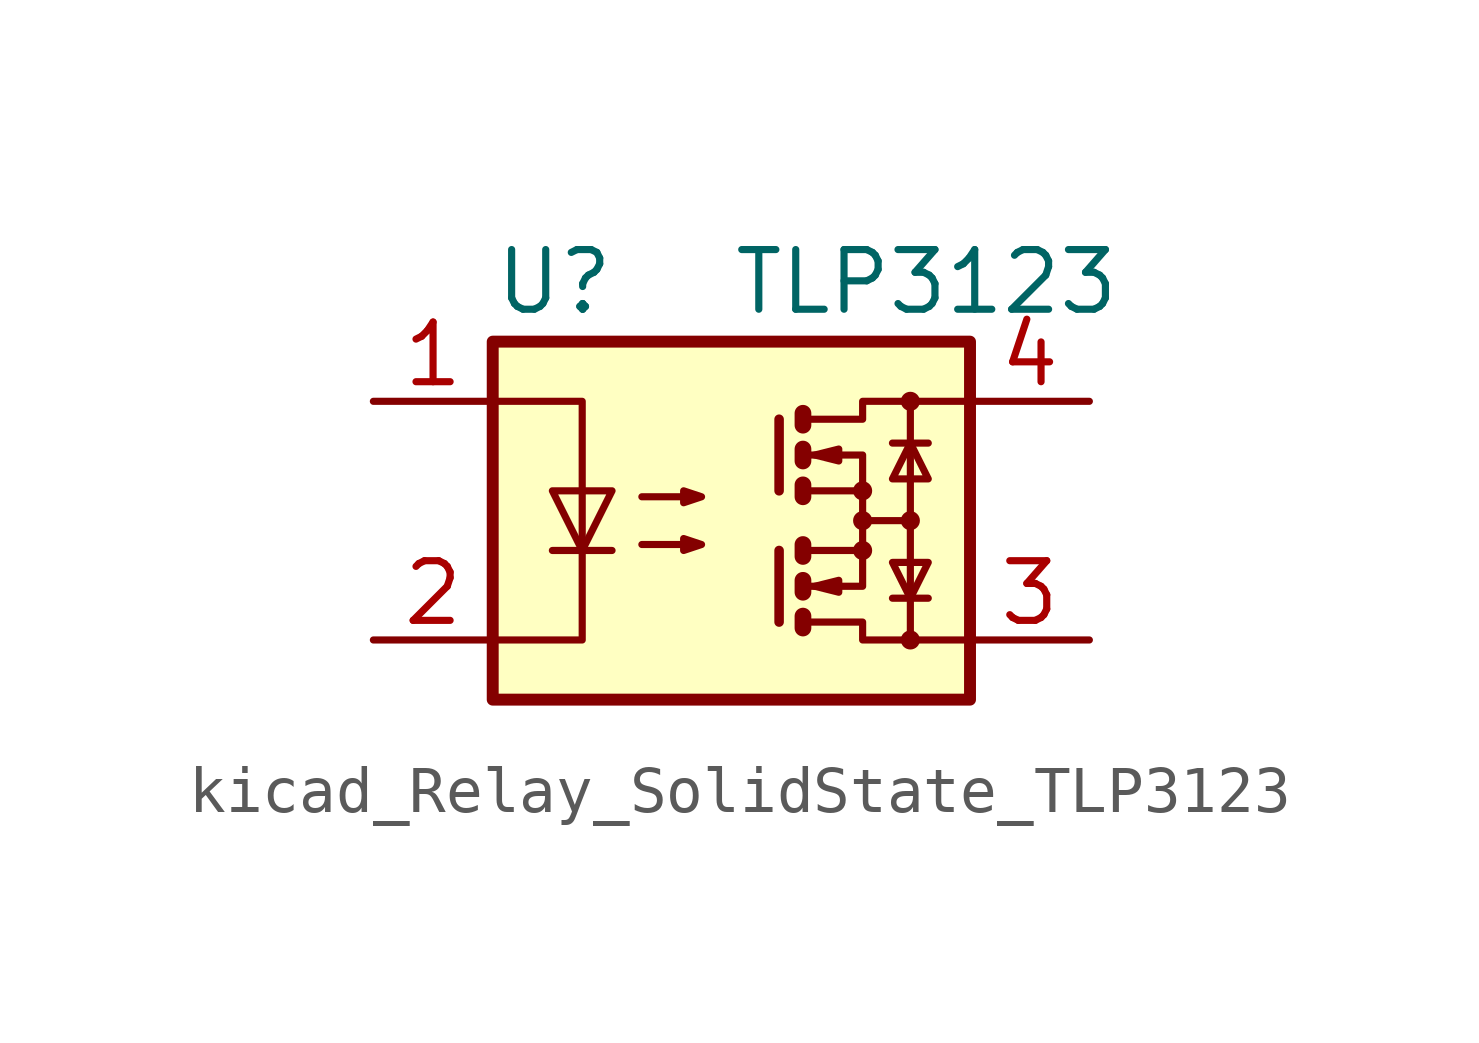
<source format=kicad_sym>
(kicad_symbol_lib
  (version 20220914)
  (generator kicad_symbol_editor)
  (symbol "kicad_Relay_SolidState_TLP3123"
    (property "Reference" "U"
      (at -5.08 5.08 0)
      (effects (font (size 1.27 1.27)) (justify left)))
    (property "Value" "TLP3123"
      (at 0 5.08 0)
      (effects (font (size 1.27 1.27)) (justify left)))
    (symbol "kicad_Relay_SolidState_TLP3123_0_1"
      (rectangle (start -5.08 3.81) (end 5.08 -3.81) (stroke (width 0.254) (type default)) (fill (type background)))
      (polyline (pts (xy -3.81 -0.635) (xy -2.54 -0.635)) (stroke (width 0) (type default)) (fill (type none)))
      (polyline (pts (xy 1.016 -0.635) (xy 1.016 -2.159)) (stroke (width 0.203) (type default)) (fill (type none)))
      (polyline (pts (xy 1.016 2.159) (xy 1.016 0.635)) (stroke (width 0.203) (type default)) (fill (type none)))
      (polyline (pts (xy 1.524 -0.508) (xy 1.524 -0.762)) (stroke (width 0.356) (type default)) (fill (type none)))
      (polyline (pts (xy 2.794 0) (xy 3.81 0)) (stroke (width 0) (type default)) (fill (type none)))
      (polyline (pts (xy 3.429 -1.651) (xy 4.191 -1.651)) (stroke (width 0) (type default)) (fill (type none)))
      (polyline (pts (xy 3.429 1.651) (xy 4.191 1.651)) (stroke (width 0) (type default)) (fill (type none)))
      (polyline (pts (xy 3.81 -2.54) (xy 3.81 2.54)) (stroke (width 0) (type default)) (fill (type none)))
      (polyline (pts (xy 1.524 -2.032) (xy 1.524 -2.286) (xy 1.524 -2.286)) (stroke (width 0.356) (type default)) (fill (type none)))
      (polyline (pts (xy 1.524 -1.27) (xy 1.524 -1.524) (xy 1.524 -1.524)) (stroke (width 0.356) (type default)) (fill (type none)))
      (polyline (pts (xy 1.524 0.762) (xy 1.524 0.508) (xy 1.524 0.508)) (stroke (width 0.356) (type default)) (fill (type none)))
      (polyline (pts (xy 1.524 1.524) (xy 1.524 1.27) (xy 1.524 1.27)) (stroke (width 0.356) (type default)) (fill (type none)))
      (polyline (pts (xy 1.524 2.286) (xy 1.524 2.032) (xy 1.524 2.032)) (stroke (width 0.356) (type default)) (fill (type none)))
      (polyline (pts (xy 1.651 -1.397) (xy 2.794 -1.397) (xy 2.794 -0.635)) (stroke (width 0) (type default)) (fill (type none)))
      (polyline (pts (xy 1.651 1.397) (xy 2.794 1.397) (xy 2.794 0.635)) (stroke (width 0) (type default)) (fill (type none)))
      (polyline (pts (xy -5.08 2.54) (xy -3.175 2.54) (xy -3.175 -2.54) (xy -5.08 -2.54)) (stroke (width 0) (type default)) (fill (type none)))
      (polyline (pts (xy -3.175 -0.635) (xy -3.81 0.635) (xy -2.54 0.635) (xy -3.175 -0.635)) (stroke (width 0) (type default)) (fill (type none)))
      (polyline (pts (xy 1.651 -2.159) (xy 2.794 -2.159) (xy 2.794 -2.54) (xy 5.08 -2.54)) (stroke (width 0) (type default)) (fill (type none)))
      (polyline (pts (xy 1.651 -0.635) (xy 2.794 -0.635) (xy 2.794 0.635) (xy 1.651 0.635)) (stroke (width 0) (type default)) (fill (type none)))
      (polyline (pts (xy 1.651 2.159) (xy 2.794 2.159) (xy 2.794 2.54) (xy 5.08 2.54)) (stroke (width 0) (type default)) (fill (type none)))
      (polyline (pts (xy 1.778 -1.397) (xy 2.286 -1.27) (xy 2.286 -1.524) (xy 1.778 -1.397)) (stroke (width 0) (type default)) (fill (type none)))
      (polyline (pts (xy 1.778 1.397) (xy 2.286 1.524) (xy 2.286 1.27) (xy 1.778 1.397)) (stroke (width 0) (type default)) (fill (type none)))
      (polyline (pts (xy 3.81 -1.651) (xy 3.429 -0.889) (xy 4.191 -0.889) (xy 3.81 -1.651)) (stroke (width 0) (type default)) (fill (type none)))
      (polyline (pts (xy 3.81 1.651) (xy 3.429 0.889) (xy 4.191 0.889) (xy 3.81 1.651)) (stroke (width 0) (type default)) (fill (type none)))
      (polyline (pts (xy -1.905 -0.508) (xy -0.635 -0.508) (xy -1.016 -0.635) (xy -1.016 -0.381) (xy -0.635 -0.508)) (stroke (width 0) (type default)) (fill (type none)))
      (polyline (pts (xy -1.905 0.508) (xy -0.635 0.508) (xy -1.016 0.381) (xy -1.016 0.635) (xy -0.635 0.508)) (stroke (width 0) (type default)) (fill (type none)))
      (circle (center 2.794 -0.635) (radius 0.127) (stroke (width 0) (type default)) (fill (type none)))
      (circle (center 2.794 0) (radius 0.127) (stroke (width 0) (type default)) (fill (type none)))
      (circle (center 2.794 0.635) (radius 0.127) (stroke (width 0) (type default)) (fill (type none)))
      (circle (center 3.81 -2.54) (radius 0.127) (stroke (width 0) (type default)) (fill (type none)))
      (circle (center 3.81 0) (radius 0.127) (stroke (width 0) (type default)) (fill (type none)))
      (circle (center 3.81 2.54) (radius 0.127) (stroke (width 0) (type default)) (fill (type none))))
    (symbol "kicad_Relay_SolidState_TLP3123_1_1"
      (pin passive line (at -7.62 2.54 0) (length 2.54) (name "~" (effects (font (size 1.27 1.27)))) (number "1" (effects (font (size 1.27 1.27)))))
      (pin passive line (at -7.62 -2.54 0) (length 2.54) (name "~" (effects (font (size 1.27 1.27)))) (number "2" (effects (font (size 1.27 1.27)))))
      (pin passive line (at 7.62 -2.54 180) (length 2.54) (name "~" (effects (font (size 1.27 1.27)))) (number "3" (effects (font (size 1.27 1.27)))))
      (pin passive line (at 7.62 2.54 180) (length 2.54) (name "~" (effects (font (size 1.27 1.27)))) (number "4" (effects (font (size 1.27 1.27))))))))
</source>
